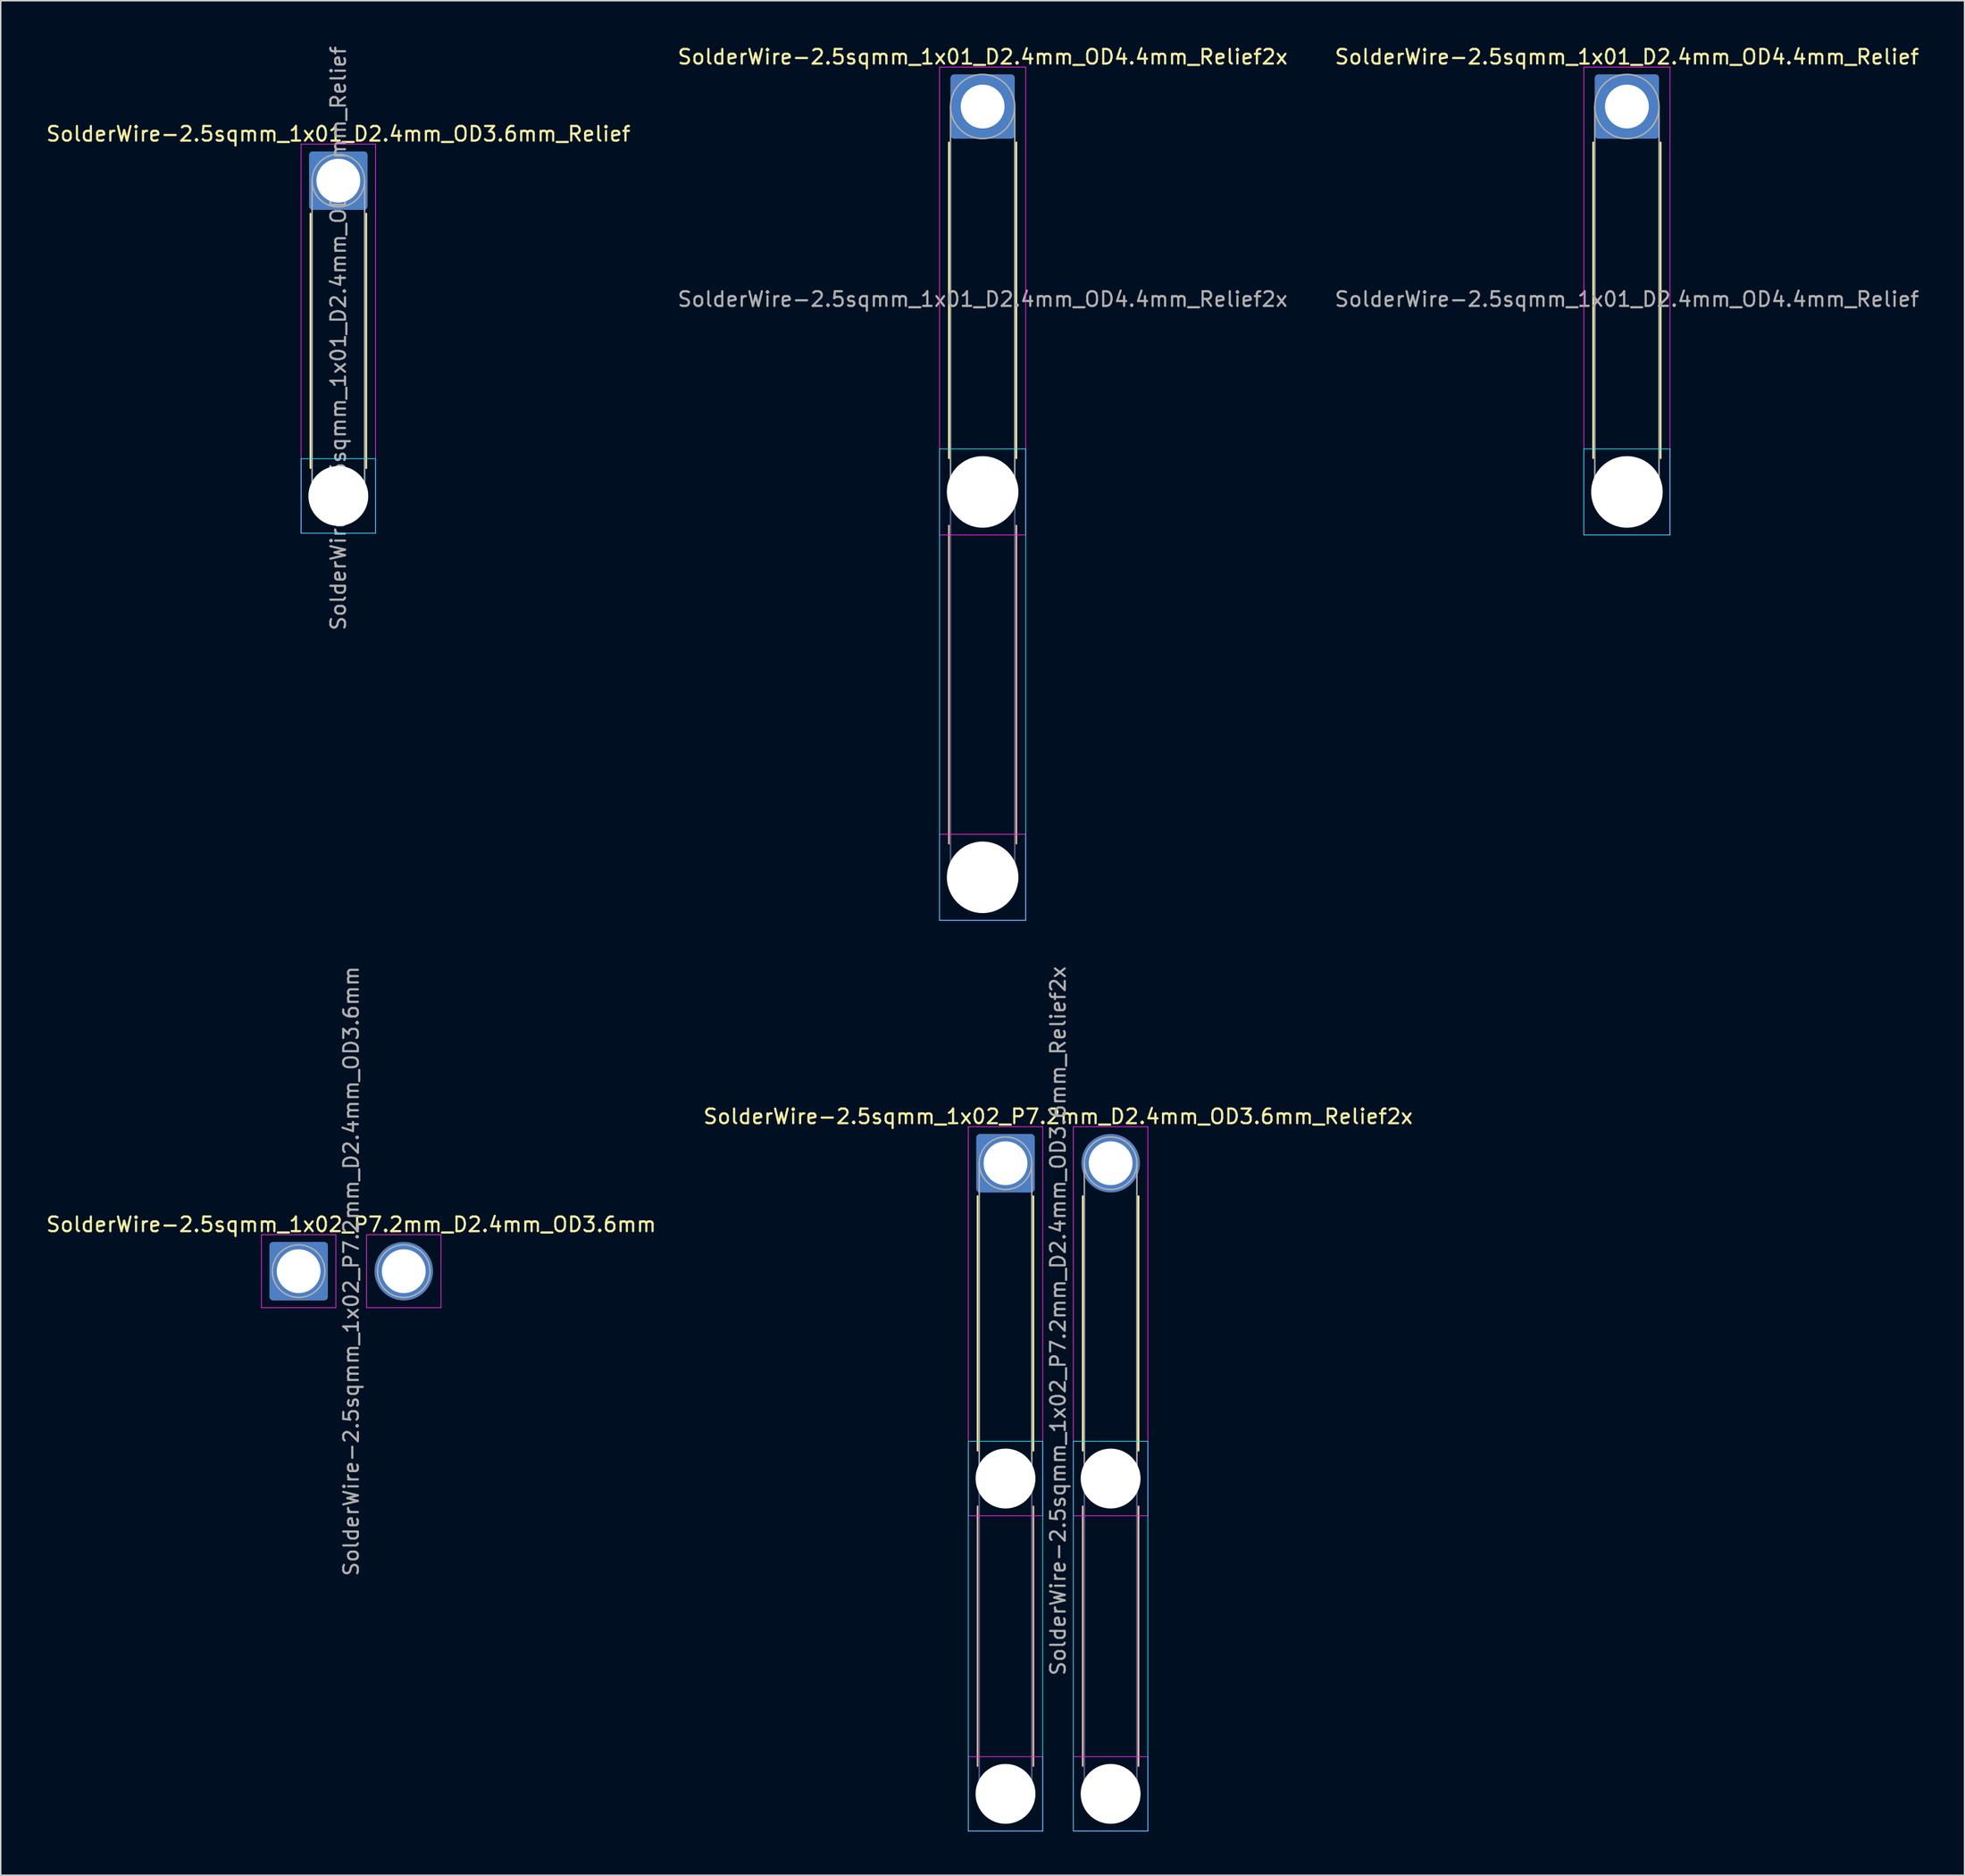
<source format=kicad_pcb>
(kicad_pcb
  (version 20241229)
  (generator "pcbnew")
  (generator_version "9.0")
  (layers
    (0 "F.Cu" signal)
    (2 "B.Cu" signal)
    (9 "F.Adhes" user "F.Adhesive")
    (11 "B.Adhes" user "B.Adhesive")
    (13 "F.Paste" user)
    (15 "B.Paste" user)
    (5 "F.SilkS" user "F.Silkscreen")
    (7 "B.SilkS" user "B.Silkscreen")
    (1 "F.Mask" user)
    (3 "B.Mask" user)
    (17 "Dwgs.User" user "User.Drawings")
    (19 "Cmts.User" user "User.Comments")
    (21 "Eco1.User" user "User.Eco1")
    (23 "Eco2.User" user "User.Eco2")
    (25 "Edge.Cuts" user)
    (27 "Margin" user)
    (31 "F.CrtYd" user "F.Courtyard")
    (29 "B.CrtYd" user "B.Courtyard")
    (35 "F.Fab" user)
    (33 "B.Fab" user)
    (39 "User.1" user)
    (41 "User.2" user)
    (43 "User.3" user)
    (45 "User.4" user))
  (footprint "SolderWire-2.5sqmm_1x02_P7.2mm_D2.4mm_OD3.6mm"
    (layer "F.Cu")
    (at 17.406 84.029)
    (property "Reference" "SolderWire-2.5sqmm_1x02_P7.2mm_D2.4mm_OD3.6mm" (at 3.6 -3.2 0) (layer "F.SilkS") (effects (font (size 1 1) (thickness 0.15))))
    (attr exclude_from_pos_files exclude_from_bom)
    (fp_line (start -2.55 -2.5) (end -2.55 2.5) (stroke (width 0.05) (type solid)) (layer "F.CrtYd"))
    (fp_line (start -2.55 2.5) (end 2.55 2.5) (stroke (width 0.05) (type solid)) (layer "F.CrtYd"))
    (fp_line (start 2.55 -2.5) (end -2.55 -2.5) (stroke (width 0.05) (type solid)) (layer "F.CrtYd"))
    (fp_line (start 2.55 2.5) (end 2.55 -2.5) (stroke (width 0.05) (type solid)) (layer "F.CrtYd"))
    (fp_line (start 4.65 -2.5) (end 4.65 2.5) (stroke (width 0.05) (type solid)) (layer "F.CrtYd"))
    (fp_line (start 4.65 2.5) (end 9.75 2.5) (stroke (width 0.05) (type solid)) (layer "F.CrtYd"))
    (fp_line (start 9.75 -2.5) (end 4.65 -2.5) (stroke (width 0.05) (type solid)) (layer "F.CrtYd"))
    (fp_line (start 9.75 2.5) (end 9.75 -2.5) (stroke (width 0.05) (type solid)) (layer "F.CrtYd"))
    (fp_circle (center 0 0) (end 1.8 0) (stroke (width 0.1) (type solid)) (fill no) (layer "F.Fab"))
    (fp_circle (center 7.2 0) (end 9 0) (stroke (width 0.1) (type solid)) (fill no) (layer "F.Fab"))
    (fp_text user "${REFERENCE}" (at 3.6 0 90) (layer "F.Fab") (effects (font (size 1 1) (thickness 0.15))))
    (pad "1" thru_hole roundrect (at 0 0) (size 4 4) (drill 3) (layers "*.Cu" "*.Mask") (roundrect_rratio 0.062))
    (pad "2" thru_hole circle (at 7.2 0) (size 4 4) (drill 3) (layers "*.Cu" "*.Mask")))
  (footprint "SolderWire-2.5sqmm_1x01_D2.4mm_OD4.4mm_Relief2x"
    (layer "F.Cu")
    (at 64.256 4.248)
    (property "Reference" "SolderWire-2.5sqmm_1x01_D2.4mm_OD4.4mm_Relief2x" (at 0 -3.4 0) (layer "F.SilkS") (effects (font (size 1 1) (thickness 0.15))))
    (attr exclude_from_pos_files exclude_from_bom)
    (fp_line (start -2.31 2.46) (end -2.31 24.09) (stroke (width 0.12) (type solid)) (layer "F.SilkS"))
    (fp_line (start 2.31 2.46) (end 2.31 24.09) (stroke (width 0.12) (type solid)) (layer "F.SilkS"))
    (fp_line (start -2.31 28.71) (end -2.31 50.49) (stroke (width 0.12) (type solid)) (layer "B.SilkS"))
    (fp_line (start 2.31 28.71) (end 2.31 50.49) (stroke (width 0.12) (type solid)) (layer "B.SilkS"))
    (fp_line (start -2.95 23.45) (end -2.95 55.75) (stroke (width 0.05) (type solid)) (layer "B.CrtYd"))
    (fp_line (start -2.95 55.75) (end 2.95 55.75) (stroke (width 0.05) (type solid)) (layer "B.CrtYd"))
    (fp_line (start 2.95 23.45) (end -2.95 23.45) (stroke (width 0.05) (type solid)) (layer "B.CrtYd"))
    (fp_line (start 2.95 55.75) (end 2.95 23.45) (stroke (width 0.05) (type solid)) (layer "B.CrtYd"))
    (fp_line (start -2.95 -2.7) (end -2.95 29.35) (stroke (width 0.05) (type solid)) (layer "F.CrtYd"))
    (fp_line (start -2.95 29.35) (end 2.95 29.35) (stroke (width 0.05) (type solid)) (layer "F.CrtYd"))
    (fp_line (start -2.95 49.85) (end -2.95 55.75) (stroke (width 0.05) (type solid)) (layer "F.CrtYd"))
    (fp_line (start -2.95 55.75) (end 2.95 55.75) (stroke (width 0.05) (type solid)) (layer "F.CrtYd"))
    (fp_line (start 2.95 -2.7) (end -2.95 -2.7) (stroke (width 0.05) (type solid)) (layer "F.CrtYd"))
    (fp_line (start 2.95 29.35) (end 2.95 -2.7) (stroke (width 0.05) (type solid)) (layer "F.CrtYd"))
    (fp_line (start 2.95 49.85) (end -2.95 49.85) (stroke (width 0.05) (type solid)) (layer "F.CrtYd"))
    (fp_line (start 2.95 55.75) (end 2.95 49.85) (stroke (width 0.05) (type solid)) (layer "F.CrtYd"))
    (fp_line (start -2.2 26.4) (end -2.2 52.8) (stroke (width 0.1) (type solid)) (layer "B.Fab"))
    (fp_line (start 2.2 26.4) (end 2.2 52.8) (stroke (width 0.1) (type solid)) (layer "B.Fab"))
    (fp_circle (center 0 26.4) (end 2.2 26.4) (stroke (width 0.1) (type solid)) (fill no) (layer "B.Fab"))
    (fp_circle (center 0 52.8) (end 2.2 52.8) (stroke (width 0.1) (type solid)) (fill no) (layer "B.Fab"))
    (fp_line (start -2.2 0) (end -2.2 26.4) (stroke (width 0.1) (type solid)) (layer "F.Fab"))
    (fp_line (start 2.2 0) (end 2.2 26.4) (stroke (width 0.1) (type solid)) (layer "F.Fab"))
    (fp_circle (center 0 0) (end 2.2 0) (stroke (width 0.1) (type solid)) (fill no) (layer "F.Fab"))
    (fp_circle (center 0 26.4) (end 2.2 26.4) (stroke (width 0.1) (type solid)) (fill no) (layer "F.Fab"))
    (fp_circle (center 0 52.8) (end 2.2 52.8) (stroke (width 0.1) (type solid)) (fill no) (layer "F.Fab"))
    (fp_text user "${REFERENCE}" (at 0 13.2 0) (layer "F.Fab") (effects (font (size 1 1) (thickness 0.15))))
    (pad "" np_thru_hole circle (at 0 26.4) (size 4.9 4.9) (drill 4.9) (layers "*.Cu" "*.Mask"))
    (pad "" np_thru_hole circle (at 0 52.8) (size 4.9 4.9) (drill 4.9) (layers "*.Cu" "*.Mask"))
    (pad "1" thru_hole roundrect (at 0 0) (size 4.4 4.4) (drill 3) (layers "*.Cu" "*.Mask") (roundrect_rratio 0.057)))
  (footprint "SolderWire-2.5sqmm_1x01_D2.4mm_OD4.4mm_Relief"
    (layer "F.Cu")
    (at 108.387 4.248)
    (property "Reference" "SolderWire-2.5sqmm_1x01_D2.4mm_OD4.4mm_Relief" (at 0 -3.4 0) (layer "F.SilkS") (effects (font (size 1 1) (thickness 0.15))))
    (attr exclude_from_pos_files exclude_from_bom)
    (fp_line (start -2.31 2.46) (end -2.31 24.09) (stroke (width 0.12) (type solid)) (layer "F.SilkS"))
    (fp_line (start 2.31 2.46) (end 2.31 24.09) (stroke (width 0.12) (type solid)) (layer "F.SilkS"))
    (fp_line (start -2.95 23.45) (end -2.95 29.35) (stroke (width 0.05) (type solid)) (layer "B.CrtYd"))
    (fp_line (start -2.95 29.35) (end 2.95 29.35) (stroke (width 0.05) (type solid)) (layer "B.CrtYd"))
    (fp_line (start 2.95 23.45) (end -2.95 23.45) (stroke (width 0.05) (type solid)) (layer "B.CrtYd"))
    (fp_line (start 2.95 29.35) (end 2.95 23.45) (stroke (width 0.05) (type solid)) (layer "B.CrtYd"))
    (fp_line (start -2.95 -2.7) (end -2.95 29.35) (stroke (width 0.05) (type solid)) (layer "F.CrtYd"))
    (fp_line (start -2.95 29.35) (end 2.95 29.35) (stroke (width 0.05) (type solid)) (layer "F.CrtYd"))
    (fp_line (start 2.95 -2.7) (end -2.95 -2.7) (stroke (width 0.05) (type solid)) (layer "F.CrtYd"))
    (fp_line (start 2.95 29.35) (end 2.95 -2.7) (stroke (width 0.05) (type solid)) (layer "F.CrtYd"))
    (fp_line (start -2.2 0) (end -2.2 26.4) (stroke (width 0.1) (type solid)) (layer "F.Fab"))
    (fp_line (start 2.2 0) (end 2.2 26.4) (stroke (width 0.1) (type solid)) (layer "F.Fab"))
    (fp_circle (center 0 0) (end 2.2 0) (stroke (width 0.1) (type solid)) (fill no) (layer "F.Fab"))
    (fp_circle (center 0 26.4) (end 2.2 26.4) (stroke (width 0.1) (type solid)) (fill no) (layer "F.Fab"))
    (fp_text user "${REFERENCE}" (at 0 13.2 0) (layer "F.Fab") (effects (font (size 1 1) (thickness 0.15))))
    (pad "" np_thru_hole circle (at 0 26.4) (size 4.9 4.9) (drill 4.9) (layers "*.Cu" "*.Mask"))
    (pad "1" thru_hole roundrect (at 0 0) (size 4.4 4.4) (drill 3) (layers "*.Cu" "*.Mask") (roundrect_rratio 0.057)))
  (footprint "SolderWire-2.5sqmm_1x01_D2.4mm_OD3.6mm_Relief"
    (layer "F.Cu")
    (at 20.125 9.325)
    (property "Reference" "SolderWire-2.5sqmm_1x01_D2.4mm_OD3.6mm_Relief" (at 0 -3.2 0) (layer "F.SilkS") (effects (font (size 1 1) (thickness 0.15))))
    (attr exclude_from_pos_files exclude_from_bom)
    (fp_line (start -1.91 2.26) (end -1.91 19.69) (stroke (width 0.12) (type solid)) (layer "F.SilkS"))
    (fp_line (start 1.91 2.26) (end 1.91 19.69) (stroke (width 0.12) (type solid)) (layer "F.SilkS"))
    (fp_line (start -2.55 19.05) (end -2.55 24.15) (stroke (width 0.05) (type solid)) (layer "B.CrtYd"))
    (fp_line (start -2.55 24.15) (end 2.55 24.15) (stroke (width 0.05) (type solid)) (layer "B.CrtYd"))
    (fp_line (start 2.55 19.05) (end -2.55 19.05) (stroke (width 0.05) (type solid)) (layer "B.CrtYd"))
    (fp_line (start 2.55 24.15) (end 2.55 19.05) (stroke (width 0.05) (type solid)) (layer "B.CrtYd"))
    (fp_line (start -2.55 -2.5) (end -2.55 24.15) (stroke (width 0.05) (type solid)) (layer "F.CrtYd"))
    (fp_line (start -2.55 24.15) (end 2.55 24.15) (stroke (width 0.05) (type solid)) (layer "F.CrtYd"))
    (fp_line (start 2.55 -2.5) (end -2.55 -2.5) (stroke (width 0.05) (type solid)) (layer "F.CrtYd"))
    (fp_line (start 2.55 24.15) (end 2.55 -2.5) (stroke (width 0.05) (type solid)) (layer "F.CrtYd"))
    (fp_line (start -1.8 0) (end -1.8 21.6) (stroke (width 0.1) (type solid)) (layer "F.Fab"))
    (fp_line (start 1.8 0) (end 1.8 21.6) (stroke (width 0.1) (type solid)) (layer "F.Fab"))
    (fp_circle (center 0 0) (end 1.8 0) (stroke (width 0.1) (type solid)) (fill no) (layer "F.Fab"))
    (fp_circle (center 0 21.6) (end 1.8 21.6) (stroke (width 0.1) (type solid)) (fill no) (layer "F.Fab"))
    (fp_text user "${REFERENCE}" (at 0 10.8 90) (layer "F.Fab") (effects (font (size 1 1) (thickness 0.15))))
    (pad "" np_thru_hole circle (at 0 21.6) (size 4.1 4.1) (drill 4.1) (layers "*.Cu" "*.Mask"))
    (pad "1" thru_hole roundrect (at 0 0) (size 4 4) (drill 3) (layers "*.Cu" "*.Mask") (roundrect_rratio 0.062)))
  (footprint "SolderWire-2.5sqmm_1x02_P7.2mm_D2.4mm_OD3.6mm_Relief2x"
    (layer "F.Cu")
    (at 65.823 76.634)
    (property "Reference" "SolderWire-2.5sqmm_1x02_P7.2mm_D2.4mm_OD3.6mm_Relief2x" (at 3.6 -3.2 0) (layer "F.SilkS") (effects (font (size 1 1) (thickness 0.15))))
    (attr exclude_from_pos_files exclude_from_bom)
    (fp_line (start -1.91 2.26) (end -1.91 19.69) (stroke (width 0.12) (type solid)) (layer "F.SilkS"))
    (fp_line (start 1.91 2.26) (end 1.91 19.69) (stroke (width 0.12) (type solid)) (layer "F.SilkS"))
    (fp_line (start 5.29 2.26) (end 5.29 19.69) (stroke (width 0.12) (type solid)) (layer "F.SilkS"))
    (fp_line (start 9.11 2.26) (end 9.11 19.69) (stroke (width 0.12) (type solid)) (layer "F.SilkS"))
    (fp_line (start -1.91 23.51) (end -1.91 41.29) (stroke (width 0.12) (type solid)) (layer "B.SilkS"))
    (fp_line (start 1.91 23.51) (end 1.91 41.29) (stroke (width 0.12) (type solid)) (layer "B.SilkS"))
    (fp_line (start 5.29 23.51) (end 5.29 41.29) (stroke (width 0.12) (type solid)) (layer "B.SilkS"))
    (fp_line (start 9.11 23.51) (end 9.11 41.29) (stroke (width 0.12) (type solid)) (layer "B.SilkS"))
    (fp_line (start -2.55 19.05) (end -2.55 45.75) (stroke (width 0.05) (type solid)) (layer "B.CrtYd"))
    (fp_line (start -2.55 45.75) (end 2.55 45.75) (stroke (width 0.05) (type solid)) (layer "B.CrtYd"))
    (fp_line (start 2.55 19.05) (end -2.55 19.05) (stroke (width 0.05) (type solid)) (layer "B.CrtYd"))
    (fp_line (start 2.55 45.75) (end 2.55 19.05) (stroke (width 0.05) (type solid)) (layer "B.CrtYd"))
    (fp_line (start 4.65 19.05) (end 4.65 45.75) (stroke (width 0.05) (type solid)) (layer "B.CrtYd"))
    (fp_line (start 4.65 45.75) (end 9.75 45.75) (stroke (width 0.05) (type solid)) (layer "B.CrtYd"))
    (fp_line (start 9.75 19.05) (end 4.65 19.05) (stroke (width 0.05) (type solid)) (layer "B.CrtYd"))
    (fp_line (start 9.75 45.75) (end 9.75 19.05) (stroke (width 0.05) (type solid)) (layer "B.CrtYd"))
    (fp_line (start -2.55 -2.5) (end -2.55 24.15) (stroke (width 0.05) (type solid)) (layer "F.CrtYd"))
    (fp_line (start -2.55 24.15) (end 2.55 24.15) (stroke (width 0.05) (type solid)) (layer "F.CrtYd"))
    (fp_line (start -2.55 40.65) (end -2.55 45.75) (stroke (width 0.05) (type solid)) (layer "F.CrtYd"))
    (fp_line (start -2.55 45.75) (end 2.55 45.75) (stroke (width 0.05) (type solid)) (layer "F.CrtYd"))
    (fp_line (start 2.55 -2.5) (end -2.55 -2.5) (stroke (width 0.05) (type solid)) (layer "F.CrtYd"))
    (fp_line (start 2.55 24.15) (end 2.55 -2.5) (stroke (width 0.05) (type solid)) (layer "F.CrtYd"))
    (fp_line (start 2.55 40.65) (end -2.55 40.65) (stroke (width 0.05) (type solid)) (layer "F.CrtYd"))
    (fp_line (start 2.55 45.75) (end 2.55 40.65) (stroke (width 0.05) (type solid)) (layer "F.CrtYd"))
    (fp_line (start 4.65 -2.5) (end 4.65 24.15) (stroke (width 0.05) (type solid)) (layer "F.CrtYd"))
    (fp_line (start 4.65 24.15) (end 9.75 24.15) (stroke (width 0.05) (type solid)) (layer "F.CrtYd"))
    (fp_line (start 4.65 40.65) (end 4.65 45.75) (stroke (width 0.05) (type solid)) (layer "F.CrtYd"))
    (fp_line (start 4.65 45.75) (end 9.75 45.75) (stroke (width 0.05) (type solid)) (layer "F.CrtYd"))
    (fp_line (start 9.75 -2.5) (end 4.65 -2.5) (stroke (width 0.05) (type solid)) (layer "F.CrtYd"))
    (fp_line (start 9.75 24.15) (end 9.75 -2.5) (stroke (width 0.05) (type solid)) (layer "F.CrtYd"))
    (fp_line (start 9.75 40.65) (end 4.65 40.65) (stroke (width 0.05) (type solid)) (layer "F.CrtYd"))
    (fp_line (start 9.75 45.75) (end 9.75 40.65) (stroke (width 0.05) (type solid)) (layer "F.CrtYd"))
    (fp_line (start -1.8 21.6) (end -1.8 43.2) (stroke (width 0.1) (type solid)) (layer "B.Fab"))
    (fp_line (start 1.8 21.6) (end 1.8 43.2) (stroke (width 0.1) (type solid)) (layer "B.Fab"))
    (fp_line (start 5.4 21.6) (end 5.4 43.2) (stroke (width 0.1) (type solid)) (layer "B.Fab"))
    (fp_line (start 9 21.6) (end 9 43.2) (stroke (width 0.1) (type solid)) (layer "B.Fab"))
    (fp_circle (center 0 21.6) (end 1.8 21.6) (stroke (width 0.1) (type solid)) (fill no) (layer "B.Fab"))
    (fp_circle (center 0 43.2) (end 1.8 43.2) (stroke (width 0.1) (type solid)) (fill no) (layer "B.Fab"))
    (fp_circle (center 7.2 21.6) (end 9 21.6) (stroke (width 0.1) (type solid)) (fill no) (layer "B.Fab"))
    (fp_circle (center 7.2 43.2) (end 9 43.2) (stroke (width 0.1) (type solid)) (fill no) (layer "B.Fab"))
    (fp_line (start -1.8 0) (end -1.8 21.6) (stroke (width 0.1) (type solid)) (layer "F.Fab"))
    (fp_line (start 1.8 0) (end 1.8 21.6) (stroke (width 0.1) (type solid)) (layer "F.Fab"))
    (fp_line (start 5.4 0) (end 5.4 21.6) (stroke (width 0.1) (type solid)) (layer "F.Fab"))
    (fp_line (start 9 0) (end 9 21.6) (stroke (width 0.1) (type solid)) (layer "F.Fab"))
    (fp_circle (center 0 0) (end 1.8 0) (stroke (width 0.1) (type solid)) (fill no) (layer "F.Fab"))
    (fp_circle (center 0 21.6) (end 1.8 21.6) (stroke (width 0.1) (type solid)) (fill no) (layer "F.Fab"))
    (fp_circle (center 0 43.2) (end 1.8 43.2) (stroke (width 0.1) (type solid)) (fill no) (layer "F.Fab"))
    (fp_circle (center 7.2 0) (end 9 0) (stroke (width 0.1) (type solid)) (fill no) (layer "F.Fab"))
    (fp_circle (center 7.2 21.6) (end 9 21.6) (stroke (width 0.1) (type solid)) (fill no) (layer "F.Fab"))
    (fp_circle (center 7.2 43.2) (end 9 43.2) (stroke (width 0.1) (type solid)) (fill no) (layer "F.Fab"))
    (fp_text user "${REFERENCE}" (at 3.6 10.8 90) (layer "F.Fab") (effects (font (size 1 1) (thickness 0.15))))
    (pad "" np_thru_hole circle (at 0 21.6) (size 4.1 4.1) (drill 4.1) (layers "*.Cu" "*.Mask"))
    (pad "" np_thru_hole circle (at 0 43.2) (size 4.1 4.1) (drill 4.1) (layers "*.Cu" "*.Mask"))
    (pad "" np_thru_hole circle (at 7.2 21.6) (size 4.1 4.1) (drill 4.1) (layers "*.Cu" "*.Mask"))
    (pad "" np_thru_hole circle (at 7.2 43.2) (size 4.1 4.1) (drill 4.1) (layers "*.Cu" "*.Mask"))
    (pad "1" thru_hole roundrect (at 0 0) (size 4 4) (drill 3) (layers "*.Cu" "*.Mask") (roundrect_rratio 0.062))
    (pad "2" thru_hole circle (at 7.2 0) (size 4 4) (drill 3) (layers "*.Cu" "*.Mask")))
  (gr_rect
    (start -3 -3)
    (end 131.512 125.409)
    (stroke (width 0.1) (type default))
    (fill no)
    (layer "Edge.Cuts")))
</source>
